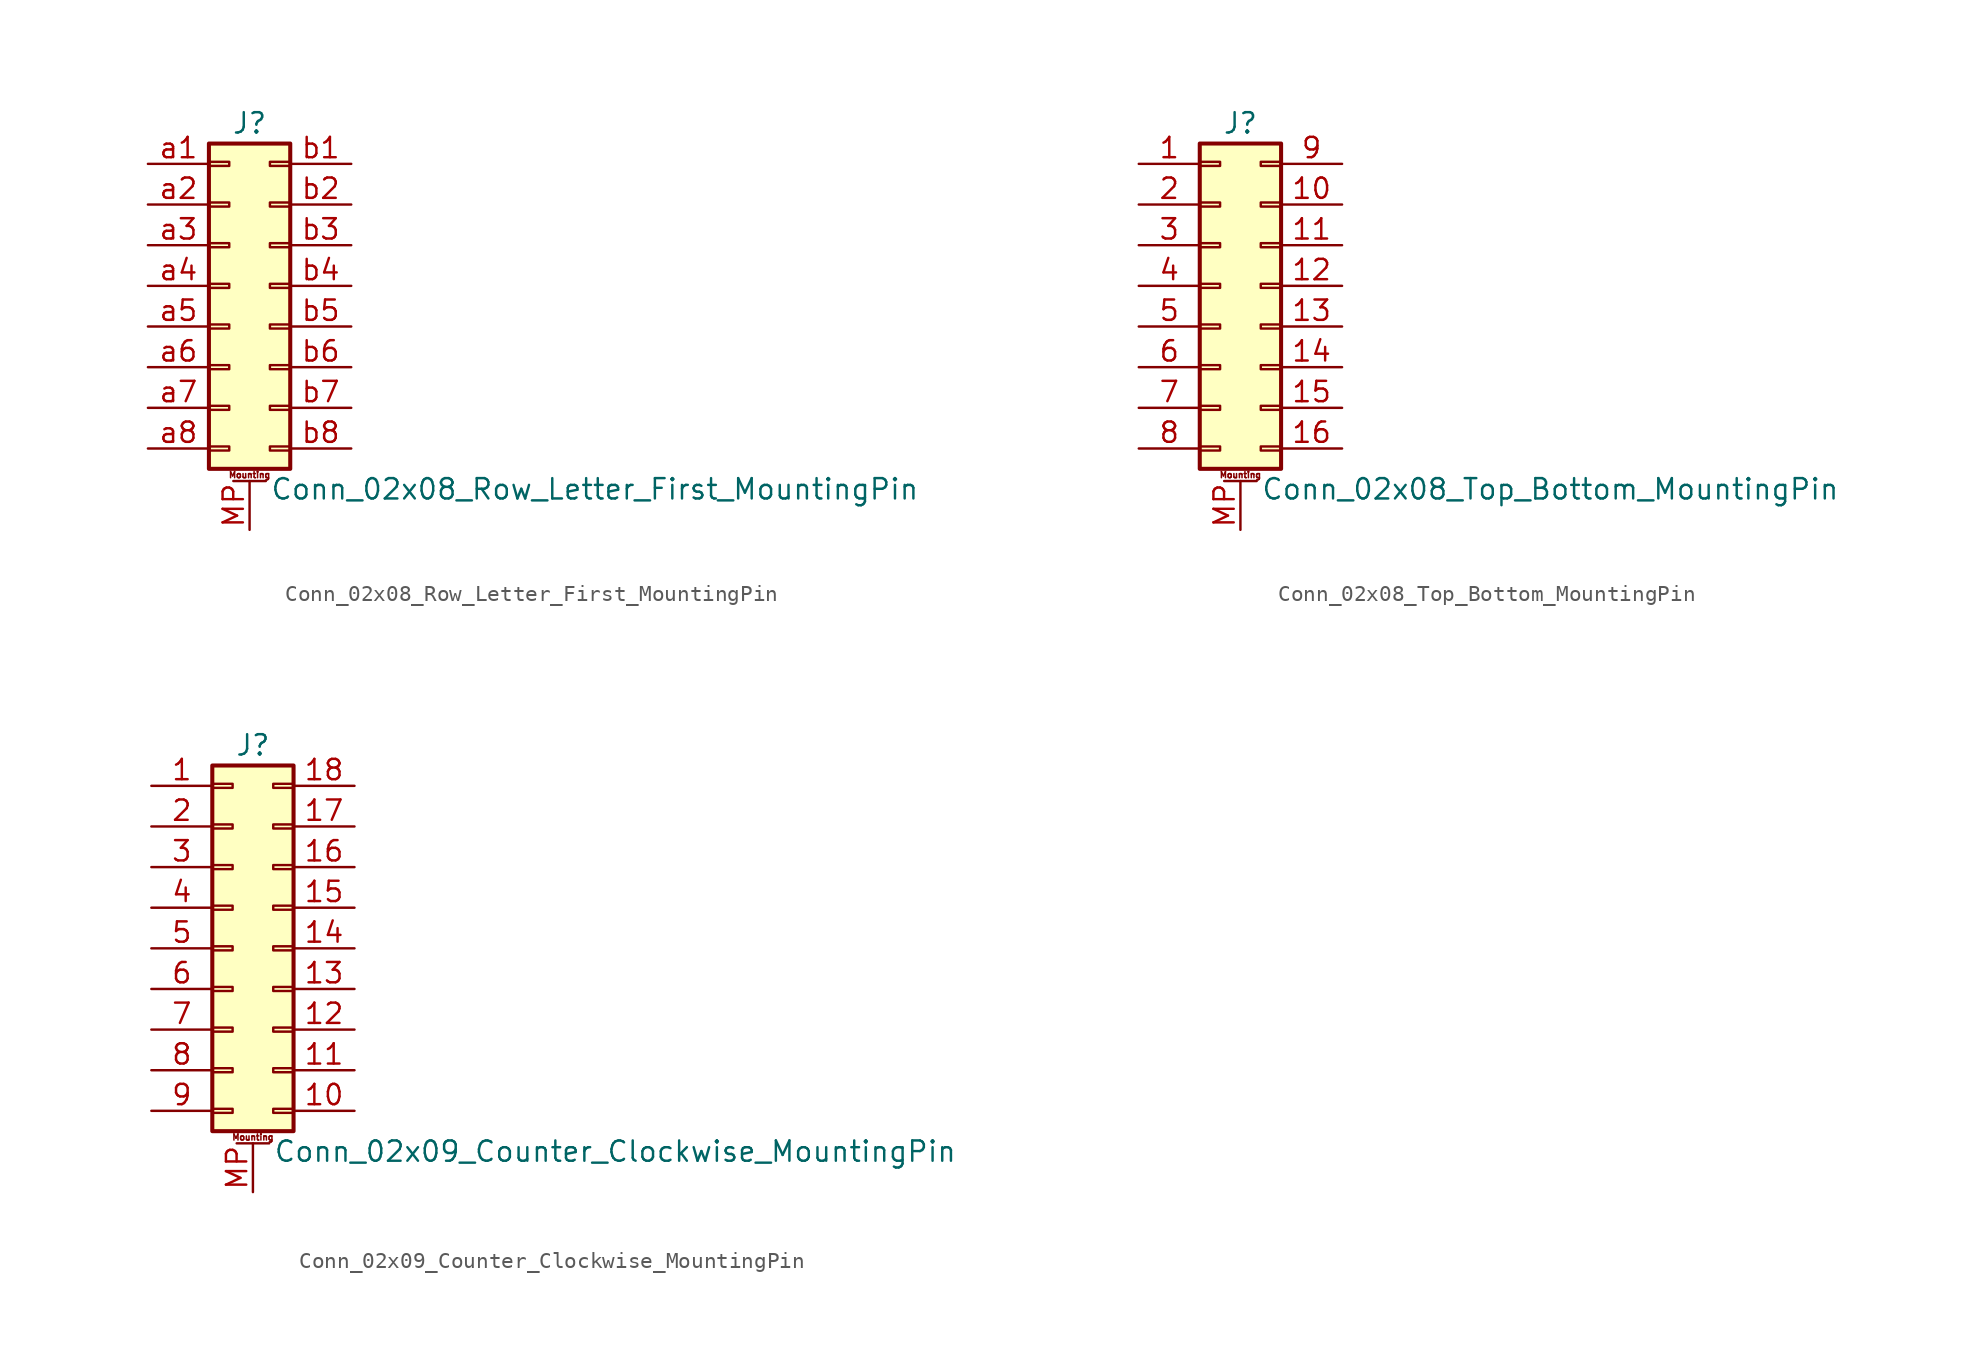
<source format=kicad_sym>
(kicad_symbol_lib
  (version 20201005)
  (generator kicad_symbol_editor)
  (symbol "Conn_02x08_Row_Letter_First_MountingPin"
    (pin_names
      (offset 1.016) hide)
    (property "Reference" "J"
      (at 1.27 10.16 0)
      (effects (font (size 1.27 1.27))))
    (property "Value" "Conn_02x08_Row_Letter_First_MountingPin"
      (at 2.54 -12.7 0)
      (effects (font (size 1.27 1.27)) (justify left)))
    (symbol "Conn_02x08_Row_Letter_First_MountingPin_1_1"
      (text "Mounting" (at 1.27 -11.811 0) (effects (font (size 0.381 0.381))))
      (rectangle (start -1.27 -10.033) (end 0 -10.287) (stroke (width 0.152)) (fill (type none)))
      (rectangle (start -1.27 -7.493) (end 0 -7.747) (stroke (width 0.152)) (fill (type none)))
      (rectangle (start -1.27 -4.953) (end 0 -5.207) (stroke (width 0.152)) (fill (type none)))
      (rectangle (start -1.27 -2.413) (end 0 -2.667) (stroke (width 0.152)) (fill (type none)))
      (rectangle (start -1.27 0.127) (end 0 -0.127) (stroke (width 0.152)) (fill (type none)))
      (rectangle (start -1.27 2.667) (end 0 2.413) (stroke (width 0.152)) (fill (type none)))
      (rectangle (start -1.27 5.207) (end 0 4.953) (stroke (width 0.152)) (fill (type none)))
      (rectangle (start -1.27 7.747) (end 0 7.493) (stroke (width 0.152)) (fill (type none)))
      (rectangle (start 3.81 -10.033) (end 2.54 -10.287) (stroke (width 0.152)) (fill (type none)))
      (rectangle (start 3.81 -7.493) (end 2.54 -7.747) (stroke (width 0.152)) (fill (type none)))
      (rectangle (start 3.81 -4.953) (end 2.54 -5.207) (stroke (width 0.152)) (fill (type none)))
      (rectangle (start 3.81 -2.413) (end 2.54 -2.667) (stroke (width 0.152)) (fill (type none)))
      (rectangle (start 3.81 0.127) (end 2.54 -0.127) (stroke (width 0.152)) (fill (type none)))
      (rectangle (start 3.81 2.667) (end 2.54 2.413) (stroke (width 0.152)) (fill (type none)))
      (rectangle (start 3.81 5.207) (end 2.54 4.953) (stroke (width 0.152)) (fill (type none)))
      (rectangle (start 3.81 7.747) (end 2.54 7.493) (stroke (width 0.152)) (fill (type none)))
      (rectangle (start -1.27 8.89) (end 3.81 -11.43) (stroke (width 0.254)) (fill (type background)))
      (polyline (pts (xy 0.254 -12.192) (xy 2.286 -12.192)) (stroke (width 0.152)) (fill (type none)))
      (pin passive line (at 1.27 -15.24 90) (length 3.048) (name "MountPin" (effects (font (size 1.27 1.27)))) (number "MP" (effects (font (size 1.27 1.27)))))
      (pin passive line (at -5.08 7.62 0) (length 3.81) (name "Pin_a1" (effects (font (size 1.27 1.27)))) (number "a1" (effects (font (size 1.27 1.27)))))
      (pin passive line (at -5.08 5.08 0) (length 3.81) (name "Pin_a2" (effects (font (size 1.27 1.27)))) (number "a2" (effects (font (size 1.27 1.27)))))
      (pin passive line (at -5.08 2.54 0) (length 3.81) (name "Pin_a3" (effects (font (size 1.27 1.27)))) (number "a3" (effects (font (size 1.27 1.27)))))
      (pin passive line (at -5.08 0 0) (length 3.81) (name "Pin_a4" (effects (font (size 1.27 1.27)))) (number "a4" (effects (font (size 1.27 1.27)))))
      (pin passive line (at -5.08 -2.54 0) (length 3.81) (name "Pin_a5" (effects (font (size 1.27 1.27)))) (number "a5" (effects (font (size 1.27 1.27)))))
      (pin passive line (at -5.08 -5.08 0) (length 3.81) (name "Pin_a6" (effects (font (size 1.27 1.27)))) (number "a6" (effects (font (size 1.27 1.27)))))
      (pin passive line (at -5.08 -7.62 0) (length 3.81) (name "Pin_a7" (effects (font (size 1.27 1.27)))) (number "a7" (effects (font (size 1.27 1.27)))))
      (pin passive line (at -5.08 -10.16 0) (length 3.81) (name "Pin_a8" (effects (font (size 1.27 1.27)))) (number "a8" (effects (font (size 1.27 1.27)))))
      (pin passive line (at 7.62 7.62 180) (length 3.81) (name "Pin_b1" (effects (font (size 1.27 1.27)))) (number "b1" (effects (font (size 1.27 1.27)))))
      (pin passive line (at 7.62 5.08 180) (length 3.81) (name "Pin_b2" (effects (font (size 1.27 1.27)))) (number "b2" (effects (font (size 1.27 1.27)))))
      (pin passive line (at 7.62 2.54 180) (length 3.81) (name "Pin_b3" (effects (font (size 1.27 1.27)))) (number "b3" (effects (font (size 1.27 1.27)))))
      (pin passive line (at 7.62 0 180) (length 3.81) (name "Pin_b4" (effects (font (size 1.27 1.27)))) (number "b4" (effects (font (size 1.27 1.27)))))
      (pin passive line (at 7.62 -2.54 180) (length 3.81) (name "Pin_b5" (effects (font (size 1.27 1.27)))) (number "b5" (effects (font (size 1.27 1.27)))))
      (pin passive line (at 7.62 -5.08 180) (length 3.81) (name "Pin_b6" (effects (font (size 1.27 1.27)))) (number "b6" (effects (font (size 1.27 1.27)))))
      (pin passive line (at 7.62 -7.62 180) (length 3.81) (name "Pin_b7" (effects (font (size 1.27 1.27)))) (number "b7" (effects (font (size 1.27 1.27)))))
      (pin passive line (at 7.62 -10.16 180) (length 3.81) (name "Pin_b8" (effects (font (size 1.27 1.27)))) (number "b8" (effects (font (size 1.27 1.27)))))))
  (symbol "Conn_02x08_Top_Bottom_MountingPin"
    (pin_names
      (offset 1.016) hide)
    (property "Reference" "J"
      (at 1.27 10.16 0)
      (effects (font (size 1.27 1.27))))
    (property "Value" "Conn_02x08_Top_Bottom_MountingPin"
      (at 2.54 -12.7 0)
      (effects (font (size 1.27 1.27)) (justify left)))
    (symbol "Conn_02x08_Top_Bottom_MountingPin_1_1"
      (text "Mounting" (at 1.27 -11.811 0) (effects (font (size 0.381 0.381))))
      (rectangle (start -1.27 -10.033) (end 0 -10.287) (stroke (width 0.152)) (fill (type none)))
      (rectangle (start -1.27 -7.493) (end 0 -7.747) (stroke (width 0.152)) (fill (type none)))
      (rectangle (start -1.27 -4.953) (end 0 -5.207) (stroke (width 0.152)) (fill (type none)))
      (rectangle (start -1.27 -2.413) (end 0 -2.667) (stroke (width 0.152)) (fill (type none)))
      (rectangle (start -1.27 0.127) (end 0 -0.127) (stroke (width 0.152)) (fill (type none)))
      (rectangle (start -1.27 2.667) (end 0 2.413) (stroke (width 0.152)) (fill (type none)))
      (rectangle (start -1.27 5.207) (end 0 4.953) (stroke (width 0.152)) (fill (type none)))
      (rectangle (start -1.27 7.747) (end 0 7.493) (stroke (width 0.152)) (fill (type none)))
      (rectangle (start 3.81 -10.033) (end 2.54 -10.287) (stroke (width 0.152)) (fill (type none)))
      (rectangle (start 3.81 -7.493) (end 2.54 -7.747) (stroke (width 0.152)) (fill (type none)))
      (rectangle (start 3.81 -4.953) (end 2.54 -5.207) (stroke (width 0.152)) (fill (type none)))
      (rectangle (start 3.81 -2.413) (end 2.54 -2.667) (stroke (width 0.152)) (fill (type none)))
      (rectangle (start 3.81 0.127) (end 2.54 -0.127) (stroke (width 0.152)) (fill (type none)))
      (rectangle (start 3.81 2.667) (end 2.54 2.413) (stroke (width 0.152)) (fill (type none)))
      (rectangle (start 3.81 5.207) (end 2.54 4.953) (stroke (width 0.152)) (fill (type none)))
      (rectangle (start 3.81 7.747) (end 2.54 7.493) (stroke (width 0.152)) (fill (type none)))
      (rectangle (start -1.27 8.89) (end 3.81 -11.43) (stroke (width 0.254)) (fill (type background)))
      (polyline (pts (xy 0.254 -12.192) (xy 2.286 -12.192)) (stroke (width 0.152)) (fill (type none)))
      (pin passive line (at -5.08 7.62 0) (length 3.81) (name "Pin_1" (effects (font (size 1.27 1.27)))) (number "1" (effects (font (size 1.27 1.27)))))
      (pin passive line (at 7.62 5.08 180) (length 3.81) (name "Pin_10" (effects (font (size 1.27 1.27)))) (number "10" (effects (font (size 1.27 1.27)))))
      (pin passive line (at 7.62 2.54 180) (length 3.81) (name "Pin_11" (effects (font (size 1.27 1.27)))) (number "11" (effects (font (size 1.27 1.27)))))
      (pin passive line (at 7.62 0 180) (length 3.81) (name "Pin_12" (effects (font (size 1.27 1.27)))) (number "12" (effects (font (size 1.27 1.27)))))
      (pin passive line (at 7.62 -2.54 180) (length 3.81) (name "Pin_13" (effects (font (size 1.27 1.27)))) (number "13" (effects (font (size 1.27 1.27)))))
      (pin passive line (at 7.62 -5.08 180) (length 3.81) (name "Pin_14" (effects (font (size 1.27 1.27)))) (number "14" (effects (font (size 1.27 1.27)))))
      (pin passive line (at 7.62 -7.62 180) (length 3.81) (name "Pin_15" (effects (font (size 1.27 1.27)))) (number "15" (effects (font (size 1.27 1.27)))))
      (pin passive line (at 7.62 -10.16 180) (length 3.81) (name "Pin_16" (effects (font (size 1.27 1.27)))) (number "16" (effects (font (size 1.27 1.27)))))
      (pin passive line (at -5.08 5.08 0) (length 3.81) (name "Pin_2" (effects (font (size 1.27 1.27)))) (number "2" (effects (font (size 1.27 1.27)))))
      (pin passive line (at -5.08 2.54 0) (length 3.81) (name "Pin_3" (effects (font (size 1.27 1.27)))) (number "3" (effects (font (size 1.27 1.27)))))
      (pin passive line (at -5.08 0 0) (length 3.81) (name "Pin_4" (effects (font (size 1.27 1.27)))) (number "4" (effects (font (size 1.27 1.27)))))
      (pin passive line (at -5.08 -2.54 0) (length 3.81) (name "Pin_5" (effects (font (size 1.27 1.27)))) (number "5" (effects (font (size 1.27 1.27)))))
      (pin passive line (at -5.08 -5.08 0) (length 3.81) (name "Pin_6" (effects (font (size 1.27 1.27)))) (number "6" (effects (font (size 1.27 1.27)))))
      (pin passive line (at -5.08 -7.62 0) (length 3.81) (name "Pin_7" (effects (font (size 1.27 1.27)))) (number "7" (effects (font (size 1.27 1.27)))))
      (pin passive line (at -5.08 -10.16 0) (length 3.81) (name "Pin_8" (effects (font (size 1.27 1.27)))) (number "8" (effects (font (size 1.27 1.27)))))
      (pin passive line (at 7.62 7.62 180) (length 3.81) (name "Pin_9" (effects (font (size 1.27 1.27)))) (number "9" (effects (font (size 1.27 1.27)))))
      (pin passive line (at 1.27 -15.24 90) (length 3.048) (name "MountPin" (effects (font (size 1.27 1.27)))) (number "MP" (effects (font (size 1.27 1.27)))))))
  (symbol "Conn_02x09_Counter_Clockwise_MountingPin"
    (pin_names
      (offset 1.016) hide)
    (property "Reference" "J"
      (at 1.27 12.7 0)
      (effects (font (size 1.27 1.27))))
    (property "Value" "Conn_02x09_Counter_Clockwise_MountingPin"
      (at 2.54 -12.7 0)
      (effects (font (size 1.27 1.27)) (justify left)))
    (symbol "Conn_02x09_Counter_Clockwise_MountingPin_1_1"
      (text "Mounting" (at 1.27 -11.811 0) (effects (font (size 0.381 0.381))))
      (rectangle (start -1.27 -10.033) (end 0 -10.287) (stroke (width 0.152)) (fill (type none)))
      (rectangle (start -1.27 -7.493) (end 0 -7.747) (stroke (width 0.152)) (fill (type none)))
      (rectangle (start -1.27 -4.953) (end 0 -5.207) (stroke (width 0.152)) (fill (type none)))
      (rectangle (start -1.27 -2.413) (end 0 -2.667) (stroke (width 0.152)) (fill (type none)))
      (rectangle (start -1.27 0.127) (end 0 -0.127) (stroke (width 0.152)) (fill (type none)))
      (rectangle (start -1.27 2.667) (end 0 2.413) (stroke (width 0.152)) (fill (type none)))
      (rectangle (start -1.27 5.207) (end 0 4.953) (stroke (width 0.152)) (fill (type none)))
      (rectangle (start -1.27 7.747) (end 0 7.493) (stroke (width 0.152)) (fill (type none)))
      (rectangle (start -1.27 10.287) (end 0 10.033) (stroke (width 0.152)) (fill (type none)))
      (rectangle (start 3.81 -10.033) (end 2.54 -10.287) (stroke (width 0.152)) (fill (type none)))
      (rectangle (start 3.81 -7.493) (end 2.54 -7.747) (stroke (width 0.152)) (fill (type none)))
      (rectangle (start 3.81 -4.953) (end 2.54 -5.207) (stroke (width 0.152)) (fill (type none)))
      (rectangle (start 3.81 -2.413) (end 2.54 -2.667) (stroke (width 0.152)) (fill (type none)))
      (rectangle (start 3.81 0.127) (end 2.54 -0.127) (stroke (width 0.152)) (fill (type none)))
      (rectangle (start 3.81 2.667) (end 2.54 2.413) (stroke (width 0.152)) (fill (type none)))
      (rectangle (start 3.81 5.207) (end 2.54 4.953) (stroke (width 0.152)) (fill (type none)))
      (rectangle (start 3.81 7.747) (end 2.54 7.493) (stroke (width 0.152)) (fill (type none)))
      (rectangle (start 3.81 10.287) (end 2.54 10.033) (stroke (width 0.152)) (fill (type none)))
      (rectangle (start -1.27 11.43) (end 3.81 -11.43) (stroke (width 0.254)) (fill (type background)))
      (polyline (pts (xy 0.254 -12.192) (xy 2.286 -12.192)) (stroke (width 0.152)) (fill (type none)))
      (pin passive line (at -5.08 10.16 0) (length 3.81) (name "Pin_1" (effects (font (size 1.27 1.27)))) (number "1" (effects (font (size 1.27 1.27)))))
      (pin passive line (at 7.62 -10.16 180) (length 3.81) (name "Pin_10" (effects (font (size 1.27 1.27)))) (number "10" (effects (font (size 1.27 1.27)))))
      (pin passive line (at 7.62 -7.62 180) (length 3.81) (name "Pin_11" (effects (font (size 1.27 1.27)))) (number "11" (effects (font (size 1.27 1.27)))))
      (pin passive line (at 7.62 -5.08 180) (length 3.81) (name "Pin_12" (effects (font (size 1.27 1.27)))) (number "12" (effects (font (size 1.27 1.27)))))
      (pin passive line (at 7.62 -2.54 180) (length 3.81) (name "Pin_13" (effects (font (size 1.27 1.27)))) (number "13" (effects (font (size 1.27 1.27)))))
      (pin passive line (at 7.62 0 180) (length 3.81) (name "Pin_14" (effects (font (size 1.27 1.27)))) (number "14" (effects (font (size 1.27 1.27)))))
      (pin passive line (at 7.62 2.54 180) (length 3.81) (name "Pin_15" (effects (font (size 1.27 1.27)))) (number "15" (effects (font (size 1.27 1.27)))))
      (pin passive line (at 7.62 5.08 180) (length 3.81) (name "Pin_16" (effects (font (size 1.27 1.27)))) (number "16" (effects (font (size 1.27 1.27)))))
      (pin passive line (at 7.62 7.62 180) (length 3.81) (name "Pin_17" (effects (font (size 1.27 1.27)))) (number "17" (effects (font (size 1.27 1.27)))))
      (pin passive line (at 7.62 10.16 180) (length 3.81) (name "Pin_18" (effects (font (size 1.27 1.27)))) (number "18" (effects (font (size 1.27 1.27)))))
      (pin passive line (at -5.08 7.62 0) (length 3.81) (name "Pin_2" (effects (font (size 1.27 1.27)))) (number "2" (effects (font (size 1.27 1.27)))))
      (pin passive line (at -5.08 5.08 0) (length 3.81) (name "Pin_3" (effects (font (size 1.27 1.27)))) (number "3" (effects (font (size 1.27 1.27)))))
      (pin passive line (at -5.08 2.54 0) (length 3.81) (name "Pin_4" (effects (font (size 1.27 1.27)))) (number "4" (effects (font (size 1.27 1.27)))))
      (pin passive line (at -5.08 0 0) (length 3.81) (name "Pin_5" (effects (font (size 1.27 1.27)))) (number "5" (effects (font (size 1.27 1.27)))))
      (pin passive line (at -5.08 -2.54 0) (length 3.81) (name "Pin_6" (effects (font (size 1.27 1.27)))) (number "6" (effects (font (size 1.27 1.27)))))
      (pin passive line (at -5.08 -5.08 0) (length 3.81) (name "Pin_7" (effects (font (size 1.27 1.27)))) (number "7" (effects (font (size 1.27 1.27)))))
      (pin passive line (at -5.08 -7.62 0) (length 3.81) (name "Pin_8" (effects (font (size 1.27 1.27)))) (number "8" (effects (font (size 1.27 1.27)))))
      (pin passive line (at -5.08 -10.16 0) (length 3.81) (name "Pin_9" (effects (font (size 1.27 1.27)))) (number "9" (effects (font (size 1.27 1.27)))))
      (pin passive line (at 1.27 -15.24 90) (length 3.048) (name "MountPin" (effects (font (size 1.27 1.27)))) (number "MP" (effects (font (size 1.27 1.27))))))))
</source>
